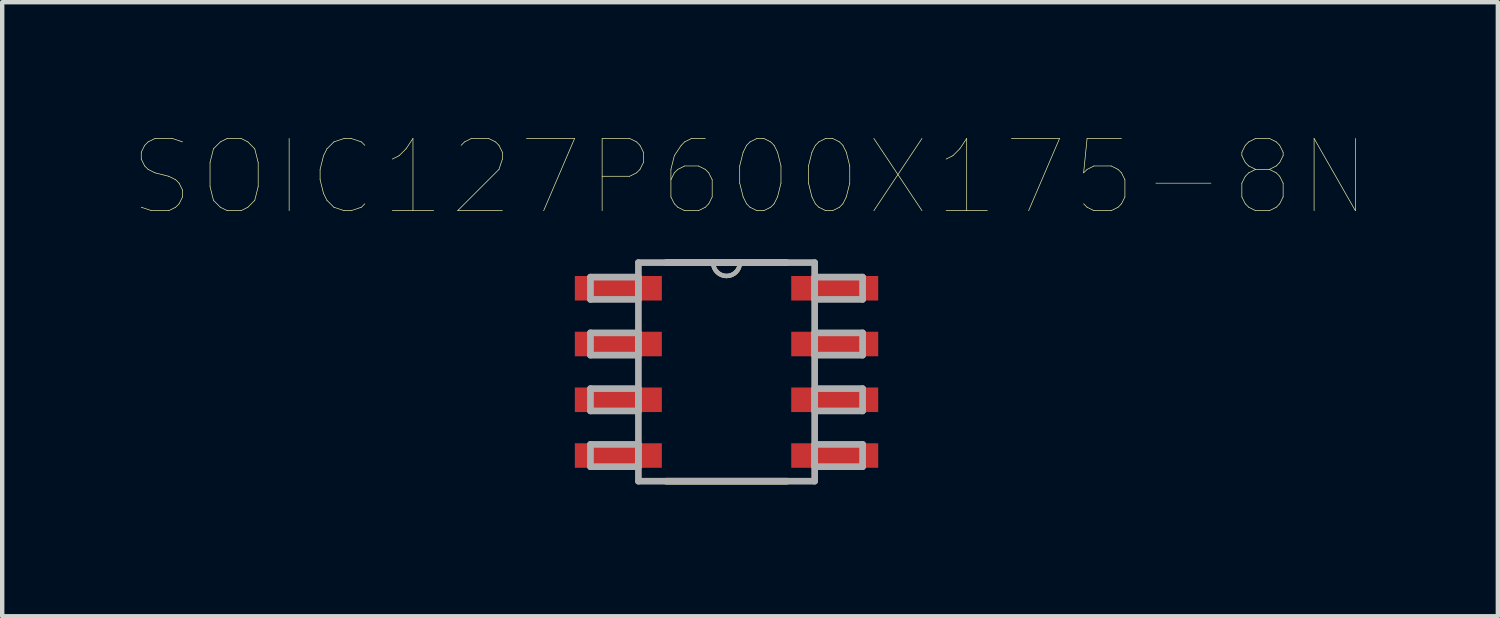
<source format=kicad_pcb>
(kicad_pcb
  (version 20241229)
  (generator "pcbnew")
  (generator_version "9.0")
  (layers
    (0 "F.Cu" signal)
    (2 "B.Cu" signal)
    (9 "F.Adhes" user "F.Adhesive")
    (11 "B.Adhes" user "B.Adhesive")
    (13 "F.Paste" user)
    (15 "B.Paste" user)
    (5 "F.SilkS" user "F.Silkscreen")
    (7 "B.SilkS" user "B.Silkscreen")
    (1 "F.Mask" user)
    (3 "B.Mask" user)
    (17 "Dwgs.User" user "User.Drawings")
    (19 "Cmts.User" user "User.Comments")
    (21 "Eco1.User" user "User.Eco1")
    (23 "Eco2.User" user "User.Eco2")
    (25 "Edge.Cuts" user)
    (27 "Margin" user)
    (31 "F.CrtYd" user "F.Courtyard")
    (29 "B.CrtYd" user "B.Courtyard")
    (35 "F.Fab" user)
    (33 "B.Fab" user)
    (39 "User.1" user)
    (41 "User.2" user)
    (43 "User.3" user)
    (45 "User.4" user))
  (footprint "SOIC127P600X175-8N"
    (layer "F.Cu")
    (at 13.497 5.42)
    (property "Reference" "SOIC127P600X175-8N" (at 0.535 -4.432 0) (layer "F.SilkS") (effects (font (size 1.645 1.645) (thickness 0.015))))
    (attr through_hole)
    (fp_line (start -1.372 2.489) (end 1.372 2.489) (stroke (width 0.152) (type solid)) (layer "F.SilkS"))
    (fp_line (start -0.305 -2.489) (end -1.372 -2.489) (stroke (width 0.152) (type solid)) (layer "F.SilkS"))
    (fp_line (start 0.305 -2.489) (end -0.305 -2.489) (stroke (width 0.152) (type solid)) (layer "F.SilkS"))
    (fp_line (start 1.372 -2.489) (end 0.305 -2.489) (stroke (width 0.152) (type solid)) (layer "F.SilkS"))
    (fp_arc (start 0.3048 -2.4892) (mid 0 -2.1844) (end -0.3048 -2.4892) (stroke (width 0.1) (type solid)) (layer "F.SilkS"))
    (fp_line (start -3.099 -2.159) (end -3.099 -1.651) (stroke (width 0.152) (type solid)) (layer "F.Fab"))
    (fp_line (start -3.099 -1.651) (end -2.007 -1.651) (stroke (width 0.152) (type solid)) (layer "F.Fab"))
    (fp_line (start -3.099 -0.889) (end -3.099 -0.381) (stroke (width 0.152) (type solid)) (layer "F.Fab"))
    (fp_line (start -3.099 -0.381) (end -2.007 -0.381) (stroke (width 0.152) (type solid)) (layer "F.Fab"))
    (fp_line (start -3.099 0.381) (end -3.099 0.889) (stroke (width 0.152) (type solid)) (layer "F.Fab"))
    (fp_line (start -3.099 0.889) (end -2.007 0.889) (stroke (width 0.152) (type solid)) (layer "F.Fab"))
    (fp_line (start -3.099 1.651) (end -3.099 2.159) (stroke (width 0.152) (type solid)) (layer "F.Fab"))
    (fp_line (start -3.099 2.159) (end -2.007 2.159) (stroke (width 0.152) (type solid)) (layer "F.Fab"))
    (fp_line (start -2.007 -2.489) (end -2.007 2.489) (stroke (width 0.152) (type solid)) (layer "F.Fab"))
    (fp_line (start -2.007 -2.159) (end -3.099 -2.159) (stroke (width 0.152) (type solid)) (layer "F.Fab"))
    (fp_line (start -2.007 -1.651) (end -2.007 -2.159) (stroke (width 0.152) (type solid)) (layer "F.Fab"))
    (fp_line (start -2.007 -0.889) (end -3.099 -0.889) (stroke (width 0.152) (type solid)) (layer "F.Fab"))
    (fp_line (start -2.007 -0.381) (end -2.007 -0.889) (stroke (width 0.152) (type solid)) (layer "F.Fab"))
    (fp_line (start -2.007 0.381) (end -3.099 0.381) (stroke (width 0.152) (type solid)) (layer "F.Fab"))
    (fp_line (start -2.007 0.889) (end -2.007 0.381) (stroke (width 0.152) (type solid)) (layer "F.Fab"))
    (fp_line (start -2.007 1.651) (end -3.099 1.651) (stroke (width 0.152) (type solid)) (layer "F.Fab"))
    (fp_line (start -2.007 2.159) (end -2.007 1.651) (stroke (width 0.152) (type solid)) (layer "F.Fab"))
    (fp_line (start -2.007 2.489) (end 2.007 2.489) (stroke (width 0.152) (type solid)) (layer "F.Fab"))
    (fp_line (start -0.305 -2.489) (end -2.007 -2.489) (stroke (width 0.152) (type solid)) (layer "F.Fab"))
    (fp_line (start 0.305 -2.489) (end -0.305 -2.489) (stroke (width 0.152) (type solid)) (layer "F.Fab"))
    (fp_line (start 2.007 -2.489) (end 0.305 -2.489) (stroke (width 0.152) (type solid)) (layer "F.Fab"))
    (fp_line (start 2.007 -2.159) (end 2.007 -1.651) (stroke (width 0.152) (type solid)) (layer "F.Fab"))
    (fp_line (start 2.007 -1.651) (end 3.099 -1.651) (stroke (width 0.152) (type solid)) (layer "F.Fab"))
    (fp_line (start 2.007 -0.889) (end 2.007 -0.381) (stroke (width 0.152) (type solid)) (layer "F.Fab"))
    (fp_line (start 2.007 -0.381) (end 3.099 -0.381) (stroke (width 0.152) (type solid)) (layer "F.Fab"))
    (fp_line (start 2.007 0.381) (end 2.007 0.889) (stroke (width 0.152) (type solid)) (layer "F.Fab"))
    (fp_line (start 2.007 0.889) (end 3.099 0.889) (stroke (width 0.152) (type solid)) (layer "F.Fab"))
    (fp_line (start 2.007 1.651) (end 2.007 2.159) (stroke (width 0.152) (type solid)) (layer "F.Fab"))
    (fp_line (start 2.007 2.159) (end 3.099 2.159) (stroke (width 0.152) (type solid)) (layer "F.Fab"))
    (fp_line (start 2.007 2.489) (end 2.007 -2.489) (stroke (width 0.152) (type solid)) (layer "F.Fab"))
    (fp_line (start 3.099 -2.159) (end 2.007 -2.159) (stroke (width 0.152) (type solid)) (layer "F.Fab"))
    (fp_line (start 3.099 -1.651) (end 3.099 -2.159) (stroke (width 0.152) (type solid)) (layer "F.Fab"))
    (fp_line (start 3.099 -0.889) (end 2.007 -0.889) (stroke (width 0.152) (type solid)) (layer "F.Fab"))
    (fp_line (start 3.099 -0.381) (end 3.099 -0.889) (stroke (width 0.152) (type solid)) (layer "F.Fab"))
    (fp_line (start 3.099 0.381) (end 2.007 0.381) (stroke (width 0.152) (type solid)) (layer "F.Fab"))
    (fp_line (start 3.099 0.889) (end 3.099 0.381) (stroke (width 0.152) (type solid)) (layer "F.Fab"))
    (fp_line (start 3.099 1.651) (end 2.007 1.651) (stroke (width 0.152) (type solid)) (layer "F.Fab"))
    (fp_line (start 3.099 2.159) (end 3.099 1.651) (stroke (width 0.152) (type solid)) (layer "F.Fab"))
    (fp_arc (start 0.3048 -2.4892) (mid 0 -2.1844) (end -0.3048 -2.4892) (stroke (width 0.1) (type solid)) (layer "F.Fab"))
    (pad "1" smd rect (at -2.464 -1.905) (size 1.981 0.559) (layers "F.Cu" "F.Mask" "F.Paste"))
    (pad "2" smd rect (at -2.464 -0.635) (size 1.981 0.559) (layers "F.Cu" "F.Mask" "F.Paste"))
    (pad "3" smd rect (at -2.464 0.635) (size 1.981 0.559) (layers "F.Cu" "F.Mask" "F.Paste"))
    (pad "4" smd rect (at -2.464 1.905) (size 1.981 0.559) (layers "F.Cu" "F.Mask" "F.Paste"))
    (pad "5" smd rect (at 2.464 1.905) (size 1.981 0.559) (layers "F.Cu" "F.Mask" "F.Paste"))
    (pad "6" smd rect (at 2.464 0.635) (size 1.981 0.559) (layers "F.Cu" "F.Mask" "F.Paste"))
    (pad "7" smd rect (at 2.464 -0.635) (size 1.981 0.559) (layers "F.Cu" "F.Mask" "F.Paste"))
    (pad "8" smd rect (at 2.464 -1.905) (size 1.981 0.559) (layers "F.Cu" "F.Mask" "F.Paste")))
  (gr_rect
    (start -3 -3)
    (end 31.064 10.986)
    (stroke (width 0.1) (type default))
    (fill no)
    (layer "Edge.Cuts")))
</source>
